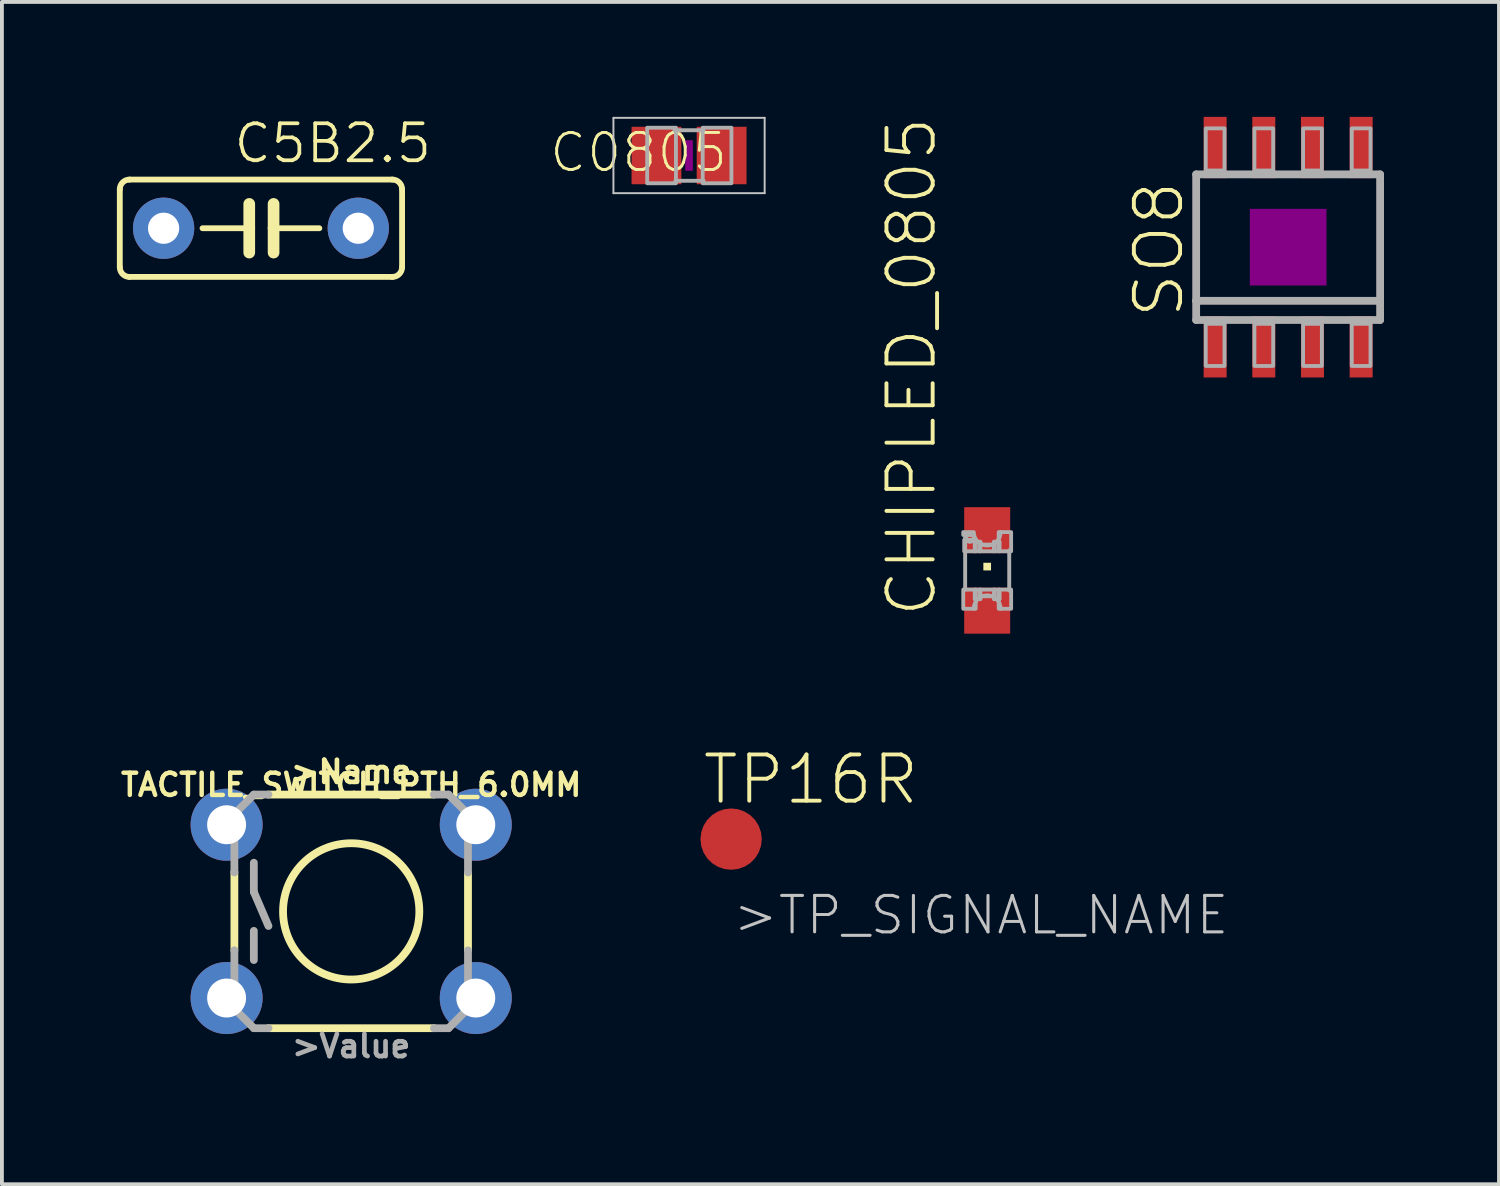
<source format=kicad_pcb>
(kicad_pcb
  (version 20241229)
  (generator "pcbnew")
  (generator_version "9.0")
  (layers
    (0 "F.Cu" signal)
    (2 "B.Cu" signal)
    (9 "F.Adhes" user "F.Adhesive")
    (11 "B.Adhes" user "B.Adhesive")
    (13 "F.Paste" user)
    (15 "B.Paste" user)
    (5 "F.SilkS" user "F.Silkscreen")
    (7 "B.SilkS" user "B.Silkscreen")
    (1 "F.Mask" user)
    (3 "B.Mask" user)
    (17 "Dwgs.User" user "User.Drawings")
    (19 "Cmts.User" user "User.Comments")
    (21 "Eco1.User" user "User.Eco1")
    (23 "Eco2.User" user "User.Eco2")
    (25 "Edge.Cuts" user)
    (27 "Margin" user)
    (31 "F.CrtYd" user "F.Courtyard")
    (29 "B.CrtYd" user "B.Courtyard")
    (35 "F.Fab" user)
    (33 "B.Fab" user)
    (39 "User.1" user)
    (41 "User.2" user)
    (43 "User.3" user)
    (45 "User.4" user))
  (footprint "TACTILE_SWITCH_PTH_6.0MM"
    (layer "F.Cu")
    (at 6.114 20.732)
    (property "Reference" "TACTILE_SWITCH_PTH_6.0MM" (at 0 -3.302 0) (layer "F.SilkS") (effects (font (size 0.579 0.579) (thickness 0.116))))
    (attr through_hole)
    (fp_line (start -3.048 -1.028) (end -3.048 1.016) (stroke (width 0.203) (type solid)) (layer "F.SilkS"))
    (fp_line (start -2.159 3.048) (end 2.159 3.048) (stroke (width 0.203) (type solid)) (layer "F.SilkS"))
    (fp_line (start 2.159 -3.048) (end -2.159 -3.048) (stroke (width 0.203) (type solid)) (layer "F.SilkS"))
    (fp_line (start 3.048 -0.998) (end 3.048 1.016) (stroke (width 0.203) (type solid)) (layer "F.SilkS"))
    (fp_circle (center 0 0) (end 1.778 0) (stroke (width 0.203) (type solid)) (fill no) (layer "F.SilkS"))
    (fp_line (start -3.048 -2.54) (end -3.048 -1.016) (stroke (width 0.203) (type solid)) (layer "F.Fab"))
    (fp_line (start -3.048 2.54) (end -3.048 1.016) (stroke (width 0.203) (type solid)) (layer "F.Fab"))
    (fp_line (start -2.54 -3.048) (end -3.048 -2.54) (stroke (width 0.203) (type solid)) (layer "F.Fab"))
    (fp_line (start -2.54 -3.048) (end -2.159 -3.048) (stroke (width 0.203) (type solid)) (layer "F.Fab"))
    (fp_line (start -2.54 -1.27) (end -2.54 -0.508) (stroke (width 0.203) (type solid)) (layer "F.Fab"))
    (fp_line (start -2.54 -0.508) (end -2.159 0.381) (stroke (width 0.203) (type solid)) (layer "F.Fab"))
    (fp_line (start -2.54 0.508) (end -2.54 1.27) (stroke (width 0.203) (type solid)) (layer "F.Fab"))
    (fp_line (start -2.54 3.048) (end -3.048 2.54) (stroke (width 0.203) (type solid)) (layer "F.Fab"))
    (fp_line (start -2.54 3.048) (end -2.159 3.048) (stroke (width 0.203) (type solid)) (layer "F.Fab"))
    (fp_line (start 2.54 -3.048) (end 2.159 -3.048) (stroke (width 0.203) (type solid)) (layer "F.Fab"))
    (fp_line (start 2.54 3.048) (end 2.159 3.048) (stroke (width 0.203) (type solid)) (layer "F.Fab"))
    (fp_line (start 2.54 3.048) (end 3.048 2.54) (stroke (width 0.203) (type solid)) (layer "F.Fab"))
    (fp_line (start 3.048 -2.54) (end 2.54 -3.048) (stroke (width 0.203) (type solid)) (layer "F.Fab"))
    (fp_line (start 3.048 -1.016) (end 3.048 -2.54) (stroke (width 0.203) (type solid)) (layer "F.Fab"))
    (fp_line (start 3.048 2.54) (end 3.048 1.016) (stroke (width 0.203) (type solid)) (layer "F.Fab"))
    (fp_text user ">Name" (at 0 -3.302 0) (layer "F.SilkS") (effects (font (size 0.579 0.579) (thickness 0.122)) (justify bottom)))
    (fp_text user ">Value" (at 0 3.175 0) (layer "F.Fab") (effects (font (size 0.579 0.579) (thickness 0.122)) (justify top)))
    (pad "1" thru_hole circle (at -3.251 -2.261) (size 1.88 1.88) (drill 1.016) (layers "*.Cu" "*.Mask"))
    (pad "2" thru_hole circle (at 3.251 -2.261) (size 1.88 1.88) (drill 1.016) (layers "*.Cu" "*.Mask"))
    (pad "3" thru_hole circle (at -3.251 2.261) (size 1.88 1.88) (drill 1.016) (layers "*.Cu" "*.Mask"))
    (pad "4" thru_hole circle (at 3.251 2.261) (size 1.88 1.88) (drill 1.016) (layers "*.Cu" "*.Mask")))
  (footprint "TP16R"
    (layer "F.Cu")
    (at 16.028 18.846)
    (property "Reference" "TP16R" (at -0.8 -0.85 0) (layer "F.SilkS") (effects (font (size 1.206 1.206) (thickness 0.102)) (justify left bottom)))
    (attr through_hole)
    (fp_text user ">TP_SIGNAL_NAME" (at 0 2.54 0) (layer "Dwgs.User") (effects (font (size 0.95 0.95) (thickness 0.08)) (justify left bottom)))
    (pad "TP" smd roundrect (at 0 0) (size 1.6 1.6) (layers "F.Cu" "F.Mask") (roundrect_rratio 0.5)))
  (footprint "C0805"
    (layer "F.Cu")
    (at 14.93 1.008)
    (property "Reference" "C0805" (at -3.689 0.486 180) (layer "F.SilkS") (effects (font (size 0.965 0.965) (thickness 0.077)) (justify left bottom)))
    (attr through_hole)
    (fp_poly (pts (xy -0.1 0.4) (xy 0.1 0.4) (xy 0.1 -0.4) (xy -0.1 -0.4)) (stroke (width 0) (type solid)) (fill yes) (layer "F.Adhes"))
    (fp_line (start -1.973 -0.983) (end 1.973 -0.983) (stroke (width 0.051) (type solid)) (layer "Dwgs.User"))
    (fp_line (start -1.973 0.983) (end -1.973 -0.983) (stroke (width 0.051) (type solid)) (layer "Dwgs.User"))
    (fp_line (start 1.973 -0.983) (end 1.973 0.983) (stroke (width 0.051) (type solid)) (layer "Dwgs.User"))
    (fp_line (start 1.973 0.983) (end -1.973 0.983) (stroke (width 0.051) (type solid)) (layer "Dwgs.User"))
    (fp_line (start -0.381 -0.66) (end 0.381 -0.66) (stroke (width 0.102) (type solid)) (layer "F.Fab"))
    (fp_line (start -0.356 0.66) (end 0.381 0.66) (stroke (width 0.102) (type solid)) (layer "F.Fab"))
    (fp_poly (pts (xy -1.092 0.724) (xy -0.342 0.724) (xy -0.342 -0.726) (xy -1.092 -0.726)) (stroke (width 0.1) (type solid)) (fill no) (layer "F.Fab"))
    (fp_poly (pts (xy 0.356 0.724) (xy 1.106 0.724) (xy 1.106 -0.726) (xy 0.356 -0.726)) (stroke (width 0.1) (type solid)) (fill no) (layer "F.Fab"))
    (pad "1" smd rect (at -0.85 0) (size 1.3 1.5) (layers "F.Cu" "F.Mask" "F.Paste"))
    (pad "2" smd rect (at 0.85 0) (size 1.3 1.5) (layers "F.Cu" "F.Mask" "F.Paste")))
  (footprint "CHIPLED_0805"
    (layer "F.Cu")
    (at 22.71 11.835)
    (property "Reference" "CHIPLED_0805" (at -1.27 1.27 90) (layer "F.SilkS") (effects (font (size 1.206 1.206) (thickness 0.102)) (justify left bottom)))
    (attr through_hole)
    (fp_poly (pts (xy -0.1 0) (xy 0.1 0) (xy 0.1 -0.2) (xy -0.1 -0.2)) (stroke (width 0) (type solid)) (fill yes) (layer "F.SilkS"))
    (fp_line (start -0.575 0.5) (end -0.575 -0.925) (stroke (width 0.102) (type solid)) (layer "F.Fab"))
    (fp_line (start 0.575 -0.525) (end 0.575 0.525) (stroke (width 0.102) (type solid)) (layer "F.Fab"))
    (fp_arc (start -0.35 1) (mid 0 0.65) (end 0.35 1) (stroke (width 0.1016) (type solid)) (layer "F.Fab"))
    (fp_arc (start 0.35 -1) (mid 0 -0.65) (end -0.35 -1) (stroke (width 0.1016) (type solid)) (layer "F.Fab"))
    (fp_circle (center -0.45 -0.85) (end -0.347 -0.85) (stroke (width 0.102) (type solid)) (fill no) (layer "F.Fab"))
    (fp_poly (pts (xy -0.625 -0.925) (xy -0.4 -0.925) (xy -0.4 -1) (xy -0.625 -1)) (stroke (width 0.1) (type solid)) (fill no) (layer "F.Fab"))
    (fp_poly (pts (xy -0.625 1) (xy -0.3 1) (xy -0.3 0.5) (xy -0.625 0.5)) (stroke (width 0.1) (type solid)) (fill no) (layer "F.Fab"))
    (fp_poly (pts (xy -0.6 -0.5) (xy -0.3 -0.5) (xy -0.3 -0.8) (xy -0.6 -0.8)) (stroke (width 0.1) (type solid)) (fill no) (layer "F.Fab"))
    (fp_poly (pts (xy -0.325 -0.5) (xy -0.175 -0.5) (xy -0.175 -0.75) (xy -0.325 -0.75)) (stroke (width 0.1) (type solid)) (fill no) (layer "F.Fab"))
    (fp_poly (pts (xy -0.325 0.75) (xy -0.175 0.75) (xy -0.175 0.5) (xy -0.325 0.5)) (stroke (width 0.1) (type solid)) (fill no) (layer "F.Fab"))
    (fp_poly (pts (xy -0.2 -0.5) (xy 0.2 -0.5) (xy 0.2 -0.675) (xy -0.2 -0.675)) (stroke (width 0.1) (type solid)) (fill no) (layer "F.Fab"))
    (fp_poly (pts (xy -0.2 0.675) (xy 0.2 0.675) (xy 0.2 0.5) (xy -0.2 0.5)) (stroke (width 0.1) (type solid)) (fill no) (layer "F.Fab"))
    (fp_poly (pts (xy 0.175 -0.5) (xy 0.325 -0.5) (xy 0.325 -0.75) (xy 0.175 -0.75)) (stroke (width 0.1) (type solid)) (fill no) (layer "F.Fab"))
    (fp_poly (pts (xy 0.175 0.75) (xy 0.325 0.75) (xy 0.325 0.5) (xy 0.175 0.5)) (stroke (width 0.1) (type solid)) (fill no) (layer "F.Fab"))
    (fp_poly (pts (xy 0.3 -0.5) (xy 0.625 -0.5) (xy 0.625 -1) (xy 0.3 -1)) (stroke (width 0.1) (type solid)) (fill no) (layer "F.Fab"))
    (fp_poly (pts (xy 0.3 1) (xy 0.625 1) (xy 0.625 0.5) (xy 0.3 0.5)) (stroke (width 0.1) (type solid)) (fill no) (layer "F.Fab"))
    (pad "A" smd rect (at 0 1.05) (size 1.2 1.2) (layers "F.Cu" "F.Mask" "F.Paste"))
    (pad "C" smd rect (at 0 -1.05) (size 1.2 1.2) (layers "F.Cu" "F.Mask" "F.Paste")))
  (footprint "C5B2.5"
    (layer "F.Cu")
    (at 3.759 2.906)
    (property "Reference" "C5B2.5" (at -0.762 -1.651 0) (layer "F.SilkS") (effects (font (size 0.965 0.965) (thickness 0.097)) (justify left bottom)))
    (attr through_hole)
    (fp_line (start -3.683 -1.016) (end -3.683 1.016) (stroke (width 0.152) (type solid)) (layer "F.SilkS"))
    (fp_line (start -3.429 1.27) (end 3.429 1.27) (stroke (width 0.152) (type solid)) (layer "F.SilkS"))
    (fp_line (start -0.305 -0.635) (end -0.305 0) (stroke (width 0.305) (type solid)) (layer "F.SilkS"))
    (fp_line (start -0.305 0) (end -1.524 0) (stroke (width 0.152) (type solid)) (layer "F.SilkS"))
    (fp_line (start -0.305 0) (end -0.305 0.635) (stroke (width 0.305) (type solid)) (layer "F.SilkS"))
    (fp_line (start 0.33 -0.635) (end 0.33 0) (stroke (width 0.305) (type solid)) (layer "F.SilkS"))
    (fp_line (start 0.33 0) (end 0.33 0.635) (stroke (width 0.305) (type solid)) (layer "F.SilkS"))
    (fp_line (start 0.33 0) (end 1.524 0) (stroke (width 0.152) (type solid)) (layer "F.SilkS"))
    (fp_line (start 3.429 -1.27) (end -3.429 -1.27) (stroke (width 0.152) (type solid)) (layer "F.SilkS"))
    (fp_line (start 3.683 1.016) (end 3.683 -1.016) (stroke (width 0.152) (type solid)) (layer "F.SilkS"))
    (fp_arc (start -3.683 -1.016) (mid -3.608605 -1.195605) (end -3.429 -1.27) (stroke (width 0.1524) (type solid)) (layer "F.SilkS"))
    (fp_arc (start -3.429 1.27) (mid -3.608605 1.195605) (end -3.683 1.016) (stroke (width 0.1524) (type solid)) (layer "F.SilkS"))
    (fp_arc (start 3.429 -1.27) (mid 3.608605 -1.195605) (end 3.683 -1.016) (stroke (width 0.1524) (type solid)) (layer "F.SilkS"))
    (fp_arc (start 3.683 1.016) (mid 3.608605 1.195605) (end 3.429 1.27) (stroke (width 0.1524) (type solid)) (layer "F.SilkS"))
    (pad "1" thru_hole circle (at -2.54 0) (size 1.6 1.6) (drill 0.813) (layers "*.Cu" "*.Mask"))
    (pad "2" thru_hole circle (at 2.54 0) (size 1.6 1.6) (drill 0.813) (layers "*.Cu" "*.Mask")))
  (footprint "SO8"
    (layer "F.Cu")
    (at 30.563 3.4)
    (property "Reference" "SO8" (at -2.667 1.905 90) (layer "F.SilkS") (effects (font (size 1.206 1.206) (thickness 0.102)) (justify left bottom)))
    (attr through_hole)
    (fp_poly (pts (xy -1 1) (xy 1 1) (xy 1 -1) (xy -1 -1)) (stroke (width 0) (type solid)) (fill yes) (layer "F.Adhes"))
    (fp_line (start -2.4 -1.9) (end 2.4 -1.9) (stroke (width 0.203) (type solid)) (layer "F.Fab"))
    (fp_line (start -2.4 1.4) (end -2.4 -1.9) (stroke (width 0.203) (type solid)) (layer "F.Fab"))
    (fp_line (start -2.4 1.9) (end -2.4 1.4) (stroke (width 0.203) (type solid)) (layer "F.Fab"))
    (fp_line (start 2.4 -1.9) (end 2.4 1.4) (stroke (width 0.203) (type solid)) (layer "F.Fab"))
    (fp_line (start 2.4 1.4) (end -2.4 1.4) (stroke (width 0.203) (type solid)) (layer "F.Fab"))
    (fp_line (start 2.4 1.4) (end 2.4 1.9) (stroke (width 0.203) (type solid)) (layer "F.Fab"))
    (fp_line (start 2.4 1.9) (end -2.4 1.9) (stroke (width 0.203) (type solid)) (layer "F.Fab"))
    (fp_poly (pts (xy -2.15 -2) (xy -1.66 -2) (xy -1.66 -3.1) (xy -2.15 -3.1)) (stroke (width 0.1) (type solid)) (fill no) (layer "F.Fab"))
    (fp_poly (pts (xy -2.15 3.1) (xy -1.66 3.1) (xy -1.66 2) (xy -2.15 2)) (stroke (width 0.1) (type solid)) (fill no) (layer "F.Fab"))
    (fp_poly (pts (xy -0.88 -2) (xy -0.39 -2) (xy -0.39 -3.1) (xy -0.88 -3.1)) (stroke (width 0.1) (type solid)) (fill no) (layer "F.Fab"))
    (fp_poly (pts (xy -0.88 3.1) (xy -0.39 3.1) (xy -0.39 2) (xy -0.88 2)) (stroke (width 0.1) (type solid)) (fill no) (layer "F.Fab"))
    (fp_poly (pts (xy 0.39 -2) (xy 0.88 -2) (xy 0.88 -3.1) (xy 0.39 -3.1)) (stroke (width 0.1) (type solid)) (fill no) (layer "F.Fab"))
    (fp_poly (pts (xy 0.39 3.1) (xy 0.88 3.1) (xy 0.88 2) (xy 0.39 2)) (stroke (width 0.1) (type solid)) (fill no) (layer "F.Fab"))
    (fp_poly (pts (xy 1.66 -2) (xy 2.15 -2) (xy 2.15 -3.1) (xy 1.66 -3.1)) (stroke (width 0.1) (type solid)) (fill no) (layer "F.Fab"))
    (fp_poly (pts (xy 1.66 3.1) (xy 2.15 3.1) (xy 2.15 2) (xy 1.66 2)) (stroke (width 0.1) (type solid)) (fill no) (layer "F.Fab"))
    (pad "1" smd rect (at -1.905 2.6) (size 0.6 1.6) (layers "F.Cu" "F.Mask" "F.Paste"))
    (pad "2" smd rect (at -0.635 2.6) (size 0.6 1.6) (layers "F.Cu" "F.Mask" "F.Paste"))
    (pad "3" smd rect (at 0.635 2.6) (size 0.6 1.6) (layers "F.Cu" "F.Mask" "F.Paste"))
    (pad "4" smd rect (at 1.905 2.6) (size 0.6 1.6) (layers "F.Cu" "F.Mask" "F.Paste"))
    (pad "5" smd rect (at 1.905 -2.6) (size 0.6 1.6) (layers "F.Cu" "F.Mask" "F.Paste"))
    (pad "6" smd rect (at 0.635 -2.6) (size 0.6 1.6) (layers "F.Cu" "F.Mask" "F.Paste"))
    (pad "7" smd rect (at -0.635 -2.6) (size 0.6 1.6) (layers "F.Cu" "F.Mask" "F.Paste"))
    (pad "8" smd rect (at -1.905 -2.6) (size 0.6 1.6) (layers "F.Cu" "F.Mask" "F.Paste")))
  (gr_rect
    (start -3 -3)
    (end 36.065 27.852)
    (stroke (width 0.1) (type default))
    (fill no)
    (layer "Edge.Cuts")))
</source>
